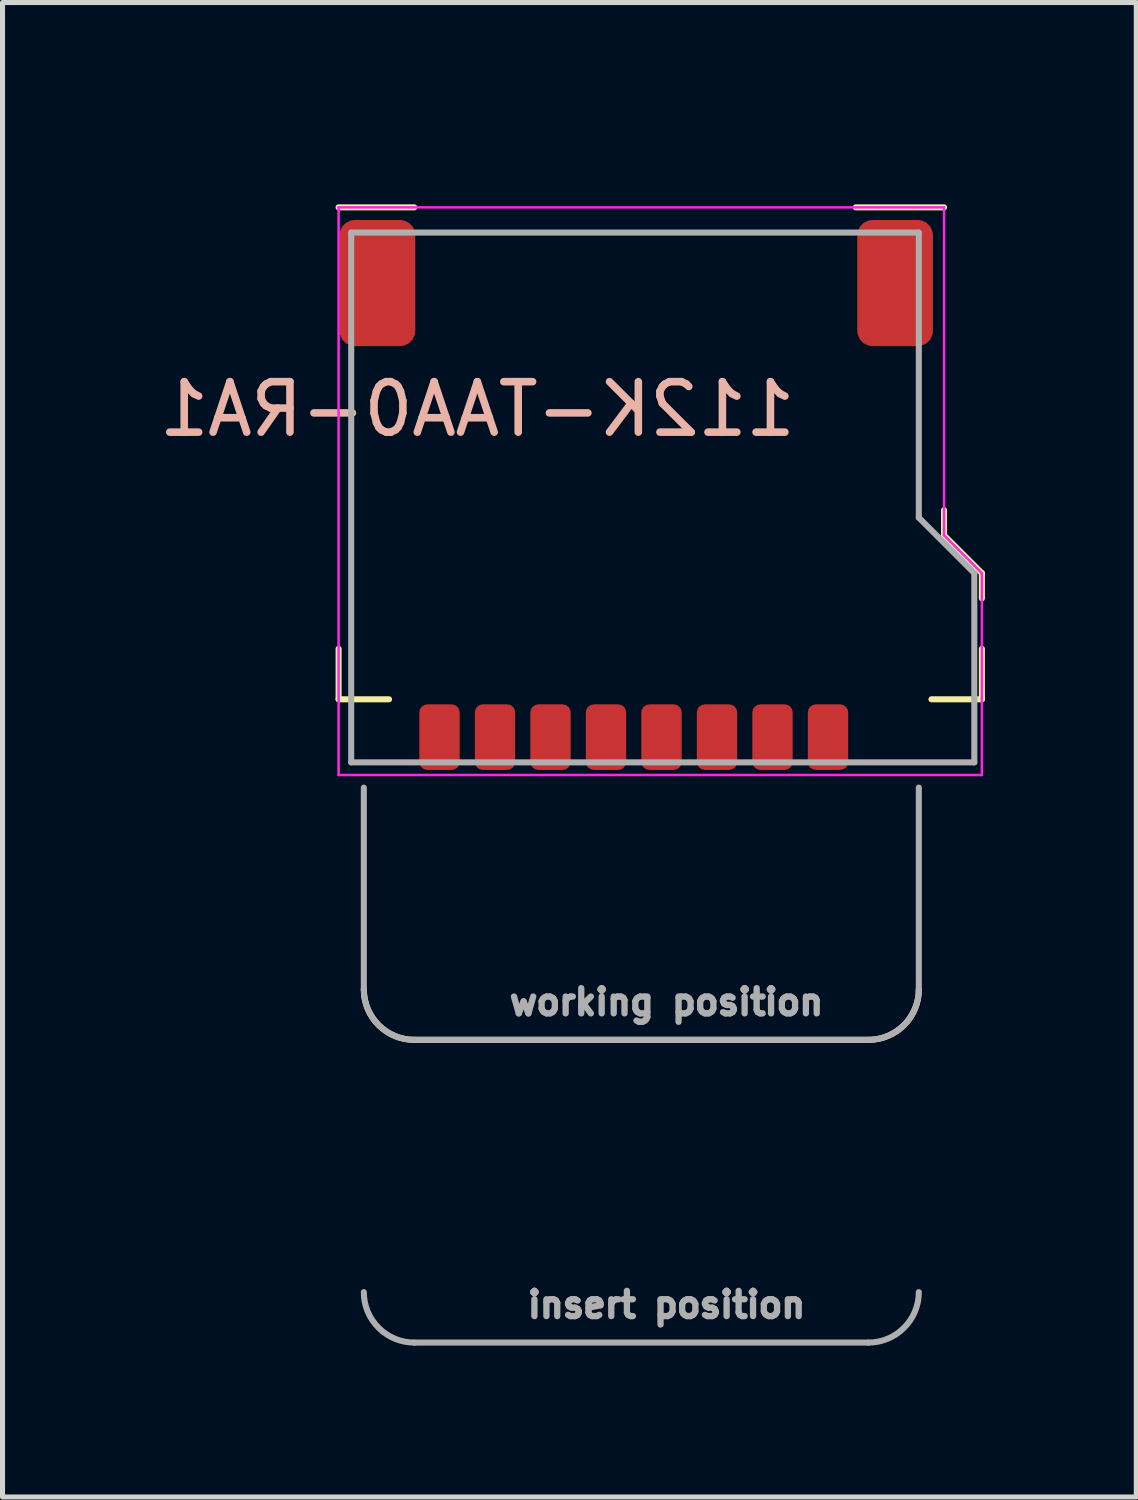
<source format=kicad_pcb>
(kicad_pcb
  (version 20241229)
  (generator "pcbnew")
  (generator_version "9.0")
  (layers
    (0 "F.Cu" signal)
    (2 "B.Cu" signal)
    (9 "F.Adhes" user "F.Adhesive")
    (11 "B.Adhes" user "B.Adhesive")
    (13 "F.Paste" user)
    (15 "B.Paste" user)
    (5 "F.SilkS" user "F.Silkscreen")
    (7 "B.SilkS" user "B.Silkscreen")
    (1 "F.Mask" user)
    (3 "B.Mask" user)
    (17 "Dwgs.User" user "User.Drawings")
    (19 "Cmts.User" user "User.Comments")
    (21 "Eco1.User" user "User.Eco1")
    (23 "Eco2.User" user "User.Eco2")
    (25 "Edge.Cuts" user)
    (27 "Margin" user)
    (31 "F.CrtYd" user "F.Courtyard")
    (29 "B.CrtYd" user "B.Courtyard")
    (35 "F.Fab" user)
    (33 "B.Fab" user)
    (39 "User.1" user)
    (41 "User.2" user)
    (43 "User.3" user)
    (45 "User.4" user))
  (footprint "112K-TAA0-RA1"
    (layer "F.Cu")
    (at 10.161 2.56)
    (property "Reference" "112K-TAA0-RA1" (at -3.75 2.5 180) (layer "B.SilkS") (effects (font (size 1 1) (thickness 0.15)) (justify mirror)))
    (attr through_hole)
    (fp_line (start -6.5 -1.5) (end -5 -1.5) (stroke (width 0.12) (type solid)) (layer "F.SilkS"))
    (fp_line (start -6.5 7.25) (end -6.5 8.25) (stroke (width 0.12) (type solid)) (layer "F.SilkS"))
    (fp_line (start -6.5 8.25) (end -5.5 8.25) (stroke (width 0.12) (type solid)) (layer "F.SilkS"))
    (fp_line (start -5 15) (end 4 15) (stroke (width 0.12) (type solid)) (layer "F.SilkS"))
    (fp_line (start 5.5 -1.5) (end 3.75 -1.5) (stroke (width 0.12) (type solid)) (layer "F.SilkS"))
    (fp_line (start 5.5 4.5) (end 5.5 5) (stroke (width 0.12) (type solid)) (layer "F.SilkS"))
    (fp_line (start 5.5 5) (end 6.25 5.75) (stroke (width 0.12) (type solid)) (layer "F.SilkS"))
    (fp_line (start 6.25 5.75) (end 6.25 6.25) (stroke (width 0.12) (type solid)) (layer "F.SilkS"))
    (fp_line (start 6.25 8.25) (end 5.25 8.25) (stroke (width 0.12) (type solid)) (layer "F.SilkS"))
    (fp_line (start 6.25 8.25) (end 6.25 7.25) (stroke (width 0.12) (type solid)) (layer "F.SilkS"))
    (fp_arc (start -5 15) (mid -5.707107 14.707107) (end -6 14) (stroke (width 0.12) (type solid)) (layer "F.SilkS"))
    (fp_arc (start 5 14) (mid 4.707107 14.707107) (end 4 15) (stroke (width 0.12) (type solid)) (layer "F.SilkS"))
    (fp_line (start -6.1 -1.9) (end 4.9 -1.9) (stroke (width 0.12) (type solid)) (layer "Eco2.User"))
    (fp_line (start -0.6 -1.6) (end -0.6 -0.1) (stroke (width 0.12) (type solid)) (layer "Eco2.User"))
    (fp_line (start -0.6 -0.1) (end -0.6 0) (stroke (width 0.12) (type solid)) (layer "Eco2.User"))
    (fp_line (start 0 -2.5) (end -6.1 -2.5) (stroke (width 0.12) (type solid)) (layer "Eco2.User"))
    (fp_line (start 4.9 -1.6) (end -0.6 -1.6) (stroke (width 0.12) (type solid)) (layer "Eco2.User"))
    (fp_line (start 6.1 -2.5) (end 0 -2.5) (stroke (width 0.12) (type solid)) (layer "Eco2.User"))
    (fp_line (start -6.5 -1.5) (end -6.5 9.75) (stroke (width 0.05) (type solid)) (layer "F.CrtYd"))
    (fp_line (start -6.5 9.75) (end 6.25 9.75) (stroke (width 0.05) (type solid)) (layer "F.CrtYd"))
    (fp_line (start 5.5 -1.5) (end -6.5 -1.5) (stroke (width 0.05) (type solid)) (layer "F.CrtYd"))
    (fp_line (start 5.5 5) (end 5.5 -1.5) (stroke (width 0.05) (type solid)) (layer "F.CrtYd"))
    (fp_line (start 6.25 5.75) (end 5.5 5) (stroke (width 0.05) (type solid)) (layer "F.CrtYd"))
    (fp_line (start 6.25 5.75) (end 6.25 9.75) (stroke (width 0.05) (type solid)) (layer "F.CrtYd"))
    (fp_line (start -6.25 -1) (end -6.25 9.5) (stroke (width 0.12) (type solid)) (layer "F.Fab"))
    (fp_line (start -6.25 -1) (end 5 -1) (stroke (width 0.12) (type solid)) (layer "F.Fab"))
    (fp_line (start -6 14) (end -6 10) (stroke (width 0.12) (type solid)) (layer "F.Fab"))
    (fp_line (start -5 15) (end 4 15) (stroke (width 0.12) (type solid)) (layer "F.Fab"))
    (fp_line (start -5 21) (end 4 21) (stroke (width 0.12) (type solid)) (layer "F.Fab"))
    (fp_line (start 5 -1) (end 5 4.65) (stroke (width 0.12) (type solid)) (layer "F.Fab"))
    (fp_line (start 5 14) (end 5 10) (stroke (width 0.12) (type solid)) (layer "F.Fab"))
    (fp_line (start 6.1 5.75) (end 5 4.65) (stroke (width 0.12) (type solid)) (layer "F.Fab"))
    (fp_line (start 6.1 5.75) (end 6.1 9.5) (stroke (width 0.12) (type solid)) (layer "F.Fab"))
    (fp_line (start 6.1 9.5) (end -6.25 9.5) (stroke (width 0.12) (type solid)) (layer "F.Fab"))
    (fp_arc (start -5 15) (mid -5.707107 14.707107) (end -6 14) (stroke (width 0.12) (type solid)) (layer "F.Fab"))
    (fp_arc (start -5 21) (mid -5.707107 20.707107) (end -6 20) (stroke (width 0.12) (type solid)) (layer "F.Fab"))
    (fp_arc (start 5 14) (mid 4.707107 14.707107) (end 4 15) (stroke (width 0.12) (type solid)) (layer "F.Fab"))
    (fp_arc (start 5 20) (mid 4.707107 20.707107) (end 4 21) (stroke (width 0.12) (type solid)) (layer "F.Fab"))
    (fp_text user "working position" (at 0 14.25 180) (layer "F.Fab") (effects (font (size 0.5 0.5) (thickness 0.125))))
    (fp_text user "insert position" (at 0 20.25 180) (layer "F.Fab") (effects (font (size 0.5 0.5) (thickness 0.125))))
    (pad "1" smd roundrect (at 3.2 9) (size 0.8 1.3) (layers "F.Cu" "F.Mask" "F.Paste") (roundrect_rratio 0.2))
    (pad "2" smd roundrect (at 2.1 9) (size 0.8 1.3) (layers "F.Cu" "F.Mask" "F.Paste") (roundrect_rratio 0.2))
    (pad "3" smd roundrect (at 1 9) (size 0.8 1.3) (layers "F.Cu" "F.Mask" "F.Paste") (roundrect_rratio 0.2))
    (pad "4" smd roundrect (at -0.1 9) (size 0.8 1.3) (layers "F.Cu" "F.Mask" "F.Paste") (roundrect_rratio 0.2))
    (pad "5" smd roundrect (at -1.2 9) (size 0.8 1.3) (layers "F.Cu" "F.Mask" "F.Paste") (roundrect_rratio 0.2))
    (pad "6" smd roundrect (at -2.3 9) (size 0.8 1.3) (layers "F.Cu" "F.Mask" "F.Paste") (roundrect_rratio 0.2))
    (pad "7" smd roundrect (at -3.4 9) (size 0.8 1.3) (layers "F.Cu" "F.Mask" "F.Paste") (roundrect_rratio 0.2))
    (pad "8" smd roundrect (at -4.5 9) (size 0.8 1.3) (layers "F.Cu" "F.Mask" "F.Paste") (roundrect_rratio 0.2))
    (pad "9" smd roundrect (at -5.73 0) (size 1.5 2.5) (layers "F.Cu" "F.Mask" "F.Paste") (roundrect_rratio 0.2))
    (pad "9" smd roundrect (at 4.53 0) (size 1.5 2.5) (layers "F.Cu" "F.Mask" "F.Paste") (roundrect_rratio 0.2)))
  (gr_rect
    (start -3 -3)
    (end 19.471 26.62)
    (stroke (width 0.1) (type default))
    (fill no)
    (layer "Edge.Cuts")))
</source>
